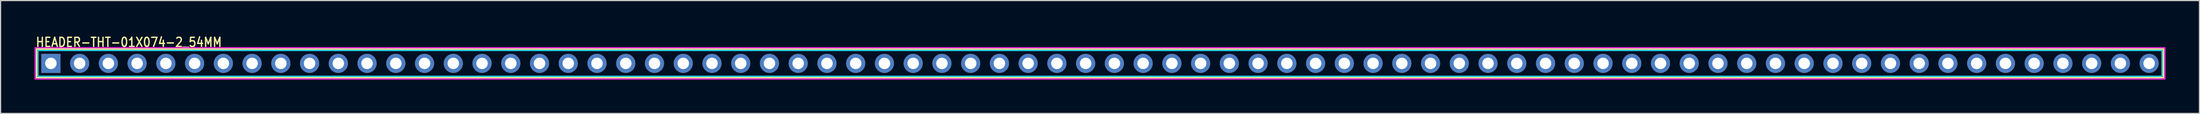
<source format=kicad_pcb>
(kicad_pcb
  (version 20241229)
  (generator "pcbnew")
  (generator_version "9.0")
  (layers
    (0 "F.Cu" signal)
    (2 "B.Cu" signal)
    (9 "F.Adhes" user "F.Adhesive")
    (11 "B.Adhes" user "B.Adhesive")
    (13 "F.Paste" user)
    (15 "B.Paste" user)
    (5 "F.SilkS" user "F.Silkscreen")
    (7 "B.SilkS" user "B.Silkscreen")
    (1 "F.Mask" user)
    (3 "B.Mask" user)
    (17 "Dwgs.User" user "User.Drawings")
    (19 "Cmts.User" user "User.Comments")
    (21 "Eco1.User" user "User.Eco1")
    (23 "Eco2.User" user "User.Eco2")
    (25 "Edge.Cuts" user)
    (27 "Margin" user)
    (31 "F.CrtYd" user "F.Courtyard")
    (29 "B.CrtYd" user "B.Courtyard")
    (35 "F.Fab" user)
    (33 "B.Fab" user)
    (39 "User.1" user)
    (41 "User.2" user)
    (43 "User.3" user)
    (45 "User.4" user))
  (footprint "HEADER-THT-01X074-2_54MM"
    (layer "F.Cu")
    (at 1.447 2.579)
    (property "Reference" "HEADER-THT-01X074-2_54MM" (at -1.4 -1.4 0) (unlocked yes) (layer "F.SilkS") (effects (font (size 0.813 0.695) (thickness 0.122)) (justify left bottom)))
    (fp_line (start -1.27 -1.27) (end -1.27 1.27) (stroke (width 0.127) (type solid)) (layer "F.SilkS"))
    (fp_line (start -1.27 1.27) (end 186.69 1.27) (stroke (width 0.127) (type solid)) (layer "F.SilkS"))
    (fp_line (start 186.69 -1.27) (end -1.27 -1.27) (stroke (width 0.127) (type solid)) (layer "F.SilkS"))
    (fp_line (start 186.69 1.27) (end 186.69 -1.27) (stroke (width 0.127) (type solid)) (layer "F.SilkS"))
    (fp_poly (pts (xy -1.143 -1.143) (xy 186.563 -1.143) (xy 186.563 1.143) (xy -1.143 1.143)) (stroke (width 0.1) (type solid)) (fill no) (layer "B.CrtYd"))
    (fp_poly (pts (xy -1.397 -1.397) (xy 186.817 -1.397) (xy 186.817 1.397) (xy -1.397 1.397)) (stroke (width 0.1) (type solid)) (fill no) (layer "F.CrtYd"))
    (pad "1" thru_hole rect (at 0 0) (size 1.693 1.693) (drill 1.016) (layers "*.Cu" "*.Mask"))
    (pad "2" thru_hole oval (at 2.54 0) (size 1.693 1.693) (drill 1.016) (layers "*.Cu" "*.Mask"))
    (pad "3" thru_hole oval (at 5.08 0) (size 1.693 1.693) (drill 1.016) (layers "*.Cu" "*.Mask"))
    (pad "4" thru_hole oval (at 7.62 0) (size 1.693 1.693) (drill 1.016) (layers "*.Cu" "*.Mask"))
    (pad "5" thru_hole oval (at 10.16 0) (size 1.693 1.693) (drill 1.016) (layers "*.Cu" "*.Mask"))
    (pad "6" thru_hole oval (at 12.7 0) (size 1.693 1.693) (drill 1.016) (layers "*.Cu" "*.Mask"))
    (pad "7" thru_hole oval (at 15.24 0) (size 1.693 1.693) (drill 1.016) (layers "*.Cu" "*.Mask"))
    (pad "8" thru_hole oval (at 17.78 0) (size 1.693 1.693) (drill 1.016) (layers "*.Cu" "*.Mask"))
    (pad "9" thru_hole oval (at 20.32 0) (size 1.693 1.693) (drill 1.016) (layers "*.Cu" "*.Mask"))
    (pad "10" thru_hole oval (at 22.86 0) (size 1.693 1.693) (drill 1.016) (layers "*.Cu" "*.Mask"))
    (pad "11" thru_hole oval (at 25.4 0) (size 1.693 1.693) (drill 1.016) (layers "*.Cu" "*.Mask"))
    (pad "12" thru_hole oval (at 27.94 0) (size 1.693 1.693) (drill 1.016) (layers "*.Cu" "*.Mask"))
    (pad "13" thru_hole oval (at 30.48 0) (size 1.693 1.693) (drill 1.016) (layers "*.Cu" "*.Mask"))
    (pad "14" thru_hole oval (at 33.02 0) (size 1.693 1.693) (drill 1.016) (layers "*.Cu" "*.Mask"))
    (pad "15" thru_hole oval (at 35.56 0) (size 1.693 1.693) (drill 1.016) (layers "*.Cu" "*.Mask"))
    (pad "16" thru_hole oval (at 38.1 0) (size 1.693 1.693) (drill 1.016) (layers "*.Cu" "*.Mask"))
    (pad "17" thru_hole oval (at 40.64 0) (size 1.693 1.693) (drill 1.016) (layers "*.Cu" "*.Mask"))
    (pad "18" thru_hole oval (at 43.18 0) (size 1.693 1.693) (drill 1.016) (layers "*.Cu" "*.Mask"))
    (pad "19" thru_hole oval (at 45.72 0) (size 1.693 1.693) (drill 1.016) (layers "*.Cu" "*.Mask"))
    (pad "20" thru_hole oval (at 48.26 0) (size 1.693 1.693) (drill 1.016) (layers "*.Cu" "*.Mask"))
    (pad "21" thru_hole oval (at 50.8 0) (size 1.693 1.693) (drill 1.016) (layers "*.Cu" "*.Mask"))
    (pad "22" thru_hole oval (at 53.34 0) (size 1.693 1.693) (drill 1.016) (layers "*.Cu" "*.Mask"))
    (pad "23" thru_hole oval (at 55.88 0) (size 1.693 1.693) (drill 1.016) (layers "*.Cu" "*.Mask"))
    (pad "24" thru_hole oval (at 58.42 0) (size 1.693 1.693) (drill 1.016) (layers "*.Cu" "*.Mask"))
    (pad "25" thru_hole oval (at 60.96 0) (size 1.693 1.693) (drill 1.016) (layers "*.Cu" "*.Mask"))
    (pad "26" thru_hole oval (at 63.5 0) (size 1.693 1.693) (drill 1.016) (layers "*.Cu" "*.Mask"))
    (pad "27" thru_hole oval (at 66.04 0) (size 1.693 1.693) (drill 1.016) (layers "*.Cu" "*.Mask"))
    (pad "28" thru_hole oval (at 68.58 0) (size 1.693 1.693) (drill 1.016) (layers "*.Cu" "*.Mask"))
    (pad "29" thru_hole oval (at 71.12 0) (size 1.693 1.693) (drill 1.016) (layers "*.Cu" "*.Mask"))
    (pad "30" thru_hole oval (at 73.66 0) (size 1.693 1.693) (drill 1.016) (layers "*.Cu" "*.Mask"))
    (pad "31" thru_hole oval (at 76.2 0) (size 1.693 1.693) (drill 1.016) (layers "*.Cu" "*.Mask"))
    (pad "32" thru_hole oval (at 78.74 0) (size 1.693 1.693) (drill 1.016) (layers "*.Cu" "*.Mask"))
    (pad "33" thru_hole oval (at 81.28 0) (size 1.693 1.693) (drill 1.016) (layers "*.Cu" "*.Mask"))
    (pad "34" thru_hole oval (at 83.82 0) (size 1.693 1.693) (drill 1.016) (layers "*.Cu" "*.Mask"))
    (pad "35" thru_hole oval (at 86.36 0) (size 1.693 1.693) (drill 1.016) (layers "*.Cu" "*.Mask"))
    (pad "36" thru_hole oval (at 88.9 0) (size 1.693 1.693) (drill 1.016) (layers "*.Cu" "*.Mask"))
    (pad "37" thru_hole oval (at 91.44 0) (size 1.693 1.693) (drill 1.016) (layers "*.Cu" "*.Mask"))
    (pad "38" thru_hole oval (at 93.98 0) (size 1.693 1.693) (drill 1.016) (layers "*.Cu" "*.Mask"))
    (pad "39" thru_hole oval (at 96.52 0) (size 1.693 1.693) (drill 1.016) (layers "*.Cu" "*.Mask"))
    (pad "40" thru_hole oval (at 99.06 0) (size 1.693 1.693) (drill 1.016) (layers "*.Cu" "*.Mask"))
    (pad "41" thru_hole oval (at 101.6 0) (size 1.693 1.693) (drill 1.016) (layers "*.Cu" "*.Mask"))
    (pad "42" thru_hole oval (at 104.14 0) (size 1.693 1.693) (drill 1.016) (layers "*.Cu" "*.Mask"))
    (pad "43" thru_hole oval (at 106.68 0) (size 1.693 1.693) (drill 1.016) (layers "*.Cu" "*.Mask"))
    (pad "44" thru_hole oval (at 109.22 0) (size 1.693 1.693) (drill 1.016) (layers "*.Cu" "*.Mask"))
    (pad "45" thru_hole oval (at 111.76 0) (size 1.693 1.693) (drill 1.016) (layers "*.Cu" "*.Mask"))
    (pad "46" thru_hole oval (at 114.3 0) (size 1.693 1.693) (drill 1.016) (layers "*.Cu" "*.Mask"))
    (pad "47" thru_hole oval (at 116.84 0) (size 1.693 1.693) (drill 1.016) (layers "*.Cu" "*.Mask"))
    (pad "48" thru_hole oval (at 119.38 0) (size 1.693 1.693) (drill 1.016) (layers "*.Cu" "*.Mask"))
    (pad "49" thru_hole oval (at 121.92 0) (size 1.693 1.693) (drill 1.016) (layers "*.Cu" "*.Mask"))
    (pad "50" thru_hole oval (at 124.46 0) (size 1.693 1.693) (drill 1.016) (layers "*.Cu" "*.Mask"))
    (pad "51" thru_hole oval (at 127 0) (size 1.693 1.693) (drill 1.016) (layers "*.Cu" "*.Mask"))
    (pad "52" thru_hole oval (at 129.54 0) (size 1.693 1.693) (drill 1.016) (layers "*.Cu" "*.Mask"))
    (pad "53" thru_hole oval (at 132.08 0) (size 1.693 1.693) (drill 1.016) (layers "*.Cu" "*.Mask"))
    (pad "54" thru_hole oval (at 134.62 0) (size 1.693 1.693) (drill 1.016) (layers "*.Cu" "*.Mask"))
    (pad "55" thru_hole oval (at 137.16 0) (size 1.693 1.693) (drill 1.016) (layers "*.Cu" "*.Mask"))
    (pad "56" thru_hole oval (at 139.7 0) (size 1.693 1.693) (drill 1.016) (layers "*.Cu" "*.Mask"))
    (pad "57" thru_hole oval (at 142.24 0) (size 1.693 1.693) (drill 1.016) (layers "*.Cu" "*.Mask"))
    (pad "58" thru_hole oval (at 144.78 0) (size 1.693 1.693) (drill 1.016) (layers "*.Cu" "*.Mask"))
    (pad "59" thru_hole oval (at 147.32 0) (size 1.693 1.693) (drill 1.016) (layers "*.Cu" "*.Mask"))
    (pad "60" thru_hole oval (at 149.86 0) (size 1.693 1.693) (drill 1.016) (layers "*.Cu" "*.Mask"))
    (pad "61" thru_hole oval (at 152.4 0) (size 1.693 1.693) (drill 1.016) (layers "*.Cu" "*.Mask"))
    (pad "62" thru_hole oval (at 154.94 0) (size 1.693 1.693) (drill 1.016) (layers "*.Cu" "*.Mask"))
    (pad "63" thru_hole oval (at 157.48 0) (size 1.693 1.693) (drill 1.016) (layers "*.Cu" "*.Mask"))
    (pad "64" thru_hole oval (at 160.02 0) (size 1.693 1.693) (drill 1.016) (layers "*.Cu" "*.Mask"))
    (pad "65" thru_hole oval (at 162.56 0) (size 1.693 1.693) (drill 1.016) (layers "*.Cu" "*.Mask"))
    (pad "66" thru_hole oval (at 165.1 0) (size 1.693 1.693) (drill 1.016) (layers "*.Cu" "*.Mask"))
    (pad "67" thru_hole oval (at 167.64 0) (size 1.693 1.693) (drill 1.016) (layers "*.Cu" "*.Mask"))
    (pad "68" thru_hole oval (at 170.18 0) (size 1.693 1.693) (drill 1.016) (layers "*.Cu" "*.Mask"))
    (pad "69" thru_hole oval (at 172.72 0) (size 1.693 1.693) (drill 1.016) (layers "*.Cu" "*.Mask"))
    (pad "70" thru_hole oval (at 175.26 0) (size 1.693 1.693) (drill 1.016) (layers "*.Cu" "*.Mask"))
    (pad "71" thru_hole oval (at 177.8 0) (size 1.693 1.693) (drill 1.016) (layers "*.Cu" "*.Mask"))
    (pad "72" thru_hole oval (at 180.34 0) (size 1.693 1.693) (drill 1.016) (layers "*.Cu" "*.Mask"))
    (pad "73" thru_hole oval (at 182.88 0) (size 1.693 1.693) (drill 1.016) (layers "*.Cu" "*.Mask"))
    (pad "74" thru_hole oval (at 185.42 0) (size 1.693 1.693) (drill 1.016) (layers "*.Cu" "*.Mask")))
  (gr_rect
    (start -3 -3)
    (end 191.314 7.026)
    (stroke (width 0.1) (type default))
    (fill no)
    (layer "Edge.Cuts")))
</source>
